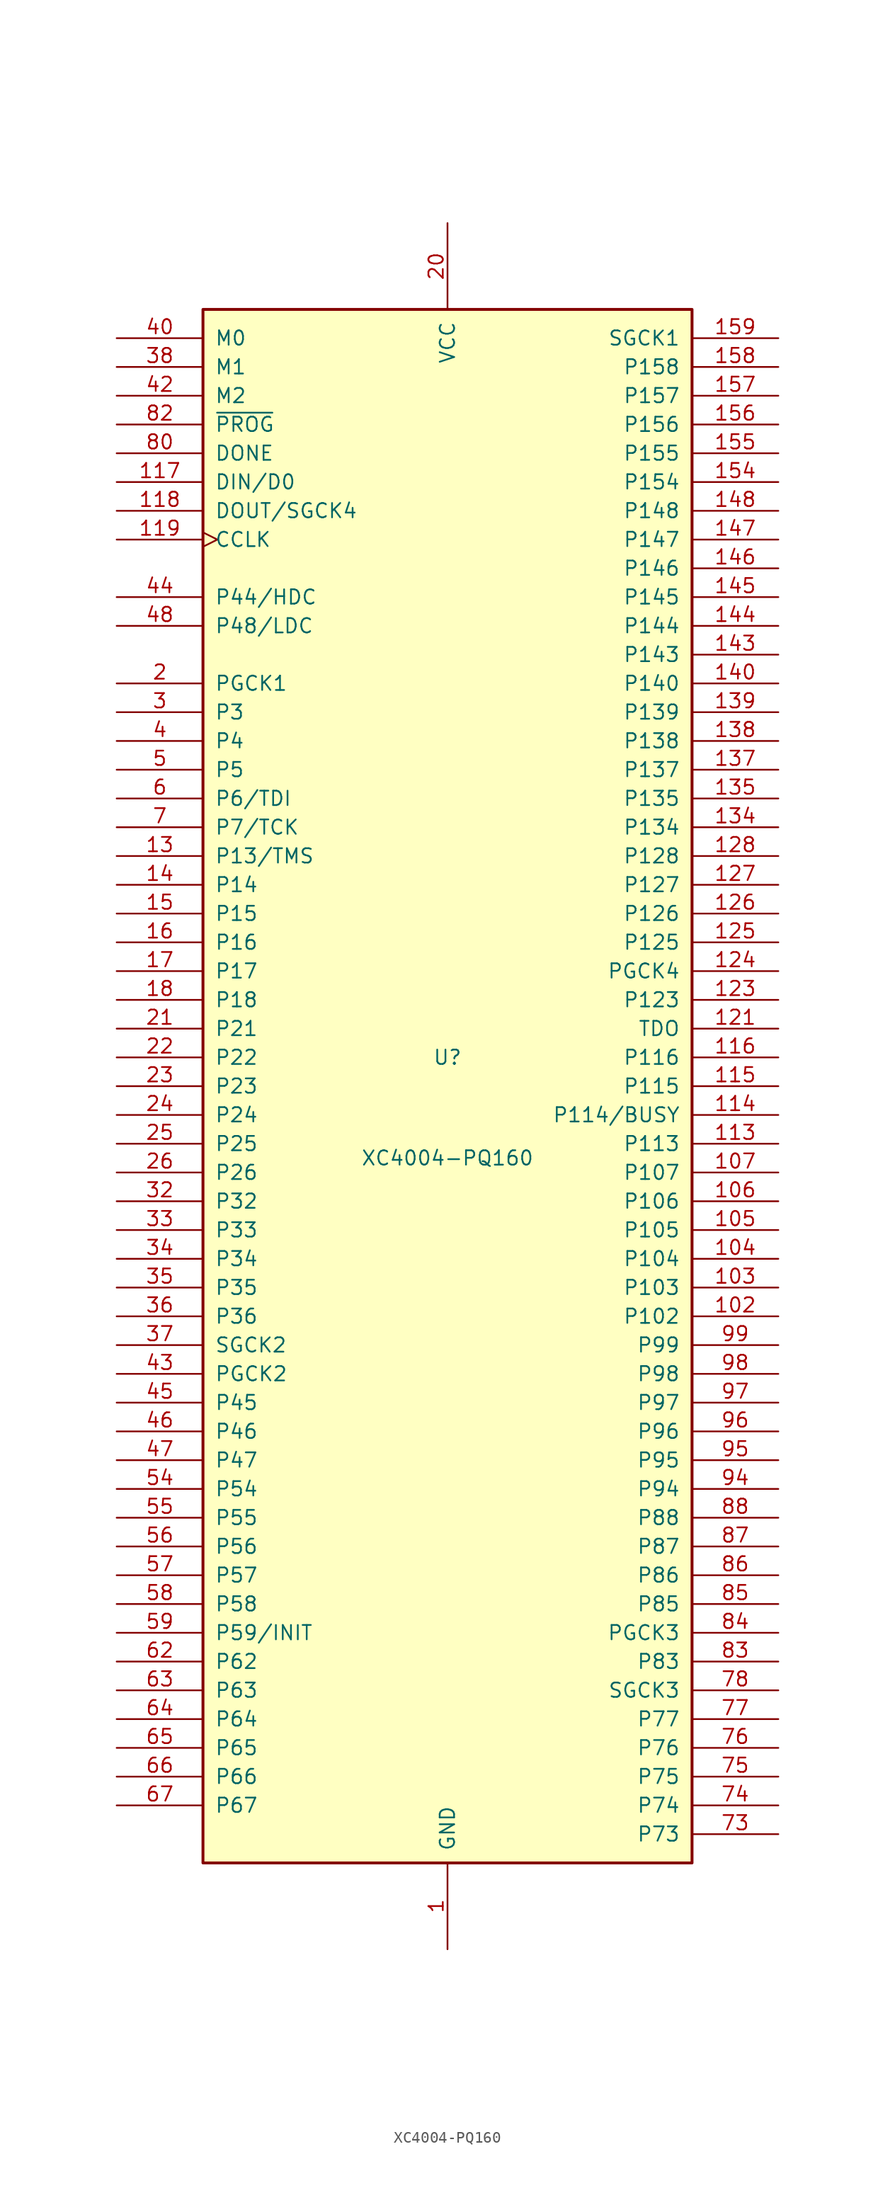
<source format=kicad_sym>
(kicad_symbol_lib
  (version 20241209)
  (generator "kicad_symbol_editor")
  (generator_version "9.0")
  (symbol "XC4004-PQ160"
    (pin_names
      (offset 1.016))
    (property "Reference" "U"
      (at 0 2.54 0)
      (effects (font (size 1.27 1.27))))
    (property "Value" "XC4004-PQ160"
      (at 0 -6.35 0)
      (effects (font (size 1.27 1.27))))
    (symbol "XC4004-PQ160_0_1"
      (rectangle (start -21.59 -68.58) (end 21.59 68.58) (stroke (width 0.254) (type default)) (fill (type background))))
    (symbol "XC4004-PQ160_1_1"
      (pin input line (at -29.21 66.04 0) (length 7.62) (name "M0" (effects (font (size 1.27 1.27)))) (number "40" (effects (font (size 1.27 1.27)))))
      (pin input line (at -29.21 63.5 0) (length 7.62) (name "M1" (effects (font (size 1.27 1.27)))) (number "38" (effects (font (size 1.27 1.27)))))
      (pin input line (at -29.21 60.96 0) (length 7.62) (name "M2" (effects (font (size 1.27 1.27)))) (number "42" (effects (font (size 1.27 1.27)))))
      (pin input line (at -29.21 58.42 0) (length 7.62) (name "~{PROG}" (effects (font (size 1.27 1.27)))) (number "82" (effects (font (size 1.27 1.27)))))
      (pin input line (at -29.21 55.88 0) (length 7.62) (name "DONE" (effects (font (size 1.27 1.27)))) (number "80" (effects (font (size 1.27 1.27)))))
      (pin bidirectional line (at -29.21 53.34 0) (length 7.62) (name "DIN/D0" (effects (font (size 1.27 1.27)))) (number "117" (effects (font (size 1.27 1.27)))))
      (pin bidirectional line (at -29.21 50.8 0) (length 7.62) (name "DOUT/SGCK4" (effects (font (size 1.27 1.27)))) (number "118" (effects (font (size 1.27 1.27)))))
      (pin input clock (at -29.21 48.26 0) (length 7.62) (name "CCLK" (effects (font (size 1.27 1.27)))) (number "119" (effects (font (size 1.27 1.27)))))
      (pin bidirectional line (at -29.21 43.18 0) (length 7.62) (name "P44/HDC" (effects (font (size 1.27 1.27)))) (number "44" (effects (font (size 1.27 1.27)))))
      (pin bidirectional line (at -29.21 40.64 0) (length 7.62) (name "P48/LDC" (effects (font (size 1.27 1.27)))) (number "48" (effects (font (size 1.27 1.27)))))
      (pin bidirectional line (at -29.21 35.56 0) (length 7.62) (name "PGCK1" (effects (font (size 1.27 1.27)))) (number "2" (effects (font (size 1.27 1.27)))))
      (pin bidirectional line (at -29.21 33.02 0) (length 7.62) (name "P3" (effects (font (size 1.27 1.27)))) (number "3" (effects (font (size 1.27 1.27)))))
      (pin bidirectional line (at -29.21 30.48 0) (length 7.62) (name "P4" (effects (font (size 1.27 1.27)))) (number "4" (effects (font (size 1.27 1.27)))))
      (pin bidirectional line (at -29.21 27.94 0) (length 7.62) (name "P5" (effects (font (size 1.27 1.27)))) (number "5" (effects (font (size 1.27 1.27)))))
      (pin bidirectional line (at -29.21 25.4 0) (length 7.62) (name "P6/TDI" (effects (font (size 1.27 1.27)))) (number "6" (effects (font (size 1.27 1.27)))))
      (pin bidirectional line (at -29.21 22.86 0) (length 7.62) (name "P7/TCK" (effects (font (size 1.27 1.27)))) (number "7" (effects (font (size 1.27 1.27)))))
      (pin bidirectional line (at -29.21 20.32 0) (length 7.62) (name "P13/TMS" (effects (font (size 1.27 1.27)))) (number "13" (effects (font (size 1.27 1.27)))))
      (pin bidirectional line (at -29.21 17.78 0) (length 7.62) (name "P14" (effects (font (size 1.27 1.27)))) (number "14" (effects (font (size 1.27 1.27)))))
      (pin bidirectional line (at -29.21 15.24 0) (length 7.62) (name "P15" (effects (font (size 1.27 1.27)))) (number "15" (effects (font (size 1.27 1.27)))))
      (pin bidirectional line (at -29.21 12.7 0) (length 7.62) (name "P16" (effects (font (size 1.27 1.27)))) (number "16" (effects (font (size 1.27 1.27)))))
      (pin bidirectional line (at -29.21 10.16 0) (length 7.62) (name "P17" (effects (font (size 1.27 1.27)))) (number "17" (effects (font (size 1.27 1.27)))))
      (pin bidirectional line (at -29.21 7.62 0) (length 7.62) (name "P18" (effects (font (size 1.27 1.27)))) (number "18" (effects (font (size 1.27 1.27)))))
      (pin bidirectional line (at -29.21 5.08 0) (length 7.62) (name "P21" (effects (font (size 1.27 1.27)))) (number "21" (effects (font (size 1.27 1.27)))))
      (pin bidirectional line (at -29.21 2.54 0) (length 7.62) (name "P22" (effects (font (size 1.27 1.27)))) (number "22" (effects (font (size 1.27 1.27)))))
      (pin bidirectional line (at -29.21 0 0) (length 7.62) (name "P23" (effects (font (size 1.27 1.27)))) (number "23" (effects (font (size 1.27 1.27)))))
      (pin bidirectional line (at -29.21 -2.54 0) (length 7.62) (name "P24" (effects (font (size 1.27 1.27)))) (number "24" (effects (font (size 1.27 1.27)))))
      (pin bidirectional line (at -29.21 -5.08 0) (length 7.62) (name "P25" (effects (font (size 1.27 1.27)))) (number "25" (effects (font (size 1.27 1.27)))))
      (pin bidirectional line (at -29.21 -7.62 0) (length 7.62) (name "P26" (effects (font (size 1.27 1.27)))) (number "26" (effects (font (size 1.27 1.27)))))
      (pin bidirectional line (at -29.21 -10.16 0) (length 7.62) (name "P32" (effects (font (size 1.27 1.27)))) (number "32" (effects (font (size 1.27 1.27)))))
      (pin bidirectional line (at -29.21 -12.7 0) (length 7.62) (name "P33" (effects (font (size 1.27 1.27)))) (number "33" (effects (font (size 1.27 1.27)))))
      (pin bidirectional line (at -29.21 -15.24 0) (length 7.62) (name "P34" (effects (font (size 1.27 1.27)))) (number "34" (effects (font (size 1.27 1.27)))))
      (pin bidirectional line (at -29.21 -17.78 0) (length 7.62) (name "P35" (effects (font (size 1.27 1.27)))) (number "35" (effects (font (size 1.27 1.27)))))
      (pin bidirectional line (at -29.21 -20.32 0) (length 7.62) (name "P36" (effects (font (size 1.27 1.27)))) (number "36" (effects (font (size 1.27 1.27)))))
      (pin bidirectional line (at -29.21 -22.86 0) (length 7.62) (name "SGCK2" (effects (font (size 1.27 1.27)))) (number "37" (effects (font (size 1.27 1.27)))))
      (pin bidirectional line (at -29.21 -25.4 0) (length 7.62) (name "PGCK2" (effects (font (size 1.27 1.27)))) (number "43" (effects (font (size 1.27 1.27)))))
      (pin bidirectional line (at -29.21 -27.94 0) (length 7.62) (name "P45" (effects (font (size 1.27 1.27)))) (number "45" (effects (font (size 1.27 1.27)))))
      (pin bidirectional line (at -29.21 -30.48 0) (length 7.62) (name "P46" (effects (font (size 1.27 1.27)))) (number "46" (effects (font (size 1.27 1.27)))))
      (pin bidirectional line (at -29.21 -33.02 0) (length 7.62) (name "P47" (effects (font (size 1.27 1.27)))) (number "47" (effects (font (size 1.27 1.27)))))
      (pin bidirectional line (at -29.21 -35.56 0) (length 7.62) (name "P54" (effects (font (size 1.27 1.27)))) (number "54" (effects (font (size 1.27 1.27)))))
      (pin bidirectional line (at -29.21 -38.1 0) (length 7.62) (name "P55" (effects (font (size 1.27 1.27)))) (number "55" (effects (font (size 1.27 1.27)))))
      (pin bidirectional line (at -29.21 -40.64 0) (length 7.62) (name "P56" (effects (font (size 1.27 1.27)))) (number "56" (effects (font (size 1.27 1.27)))))
      (pin bidirectional line (at -29.21 -43.18 0) (length 7.62) (name "P57" (effects (font (size 1.27 1.27)))) (number "57" (effects (font (size 1.27 1.27)))))
      (pin bidirectional line (at -29.21 -45.72 0) (length 7.62) (name "P58" (effects (font (size 1.27 1.27)))) (number "58" (effects (font (size 1.27 1.27)))))
      (pin bidirectional line (at -29.21 -48.26 0) (length 7.62) (name "P59/INIT" (effects (font (size 1.27 1.27)))) (number "59" (effects (font (size 1.27 1.27)))))
      (pin bidirectional line (at -29.21 -50.8 0) (length 7.62) (name "P62" (effects (font (size 1.27 1.27)))) (number "62" (effects (font (size 1.27 1.27)))))
      (pin bidirectional line (at -29.21 -53.34 0) (length 7.62) (name "P63" (effects (font (size 1.27 1.27)))) (number "63" (effects (font (size 1.27 1.27)))))
      (pin bidirectional line (at -29.21 -55.88 0) (length 7.62) (name "P64" (effects (font (size 1.27 1.27)))) (number "64" (effects (font (size 1.27 1.27)))))
      (pin bidirectional line (at -29.21 -58.42 0) (length 7.62) (name "P65" (effects (font (size 1.27 1.27)))) (number "65" (effects (font (size 1.27 1.27)))))
      (pin bidirectional line (at -29.21 -60.96 0) (length 7.62) (name "P66" (effects (font (size 1.27 1.27)))) (number "66" (effects (font (size 1.27 1.27)))))
      (pin bidirectional line (at -29.21 -63.5 0) (length 7.62) (name "P67" (effects (font (size 1.27 1.27)))) (number "67" (effects (font (size 1.27 1.27)))))
      (pin passive line (at 0 76.2 270) (length 7.62) (hide yes) (name "VCC" (effects (font (size 1.27 1.27)))) (number "100" (effects (font (size 1.27 1.27)))))
      (pin passive line (at 0 76.2 270) (length 7.62) (hide yes) (name "VCC" (effects (font (size 1.27 1.27)))) (number "120" (effects (font (size 1.27 1.27)))))
      (pin passive line (at 0 76.2 270) (length 7.62) (hide yes) (name "VCC" (effects (font (size 1.27 1.27)))) (number "142" (effects (font (size 1.27 1.27)))))
      (pin passive line (at 0 76.2 270) (length 7.62) (hide yes) (name "VCC" (effects (font (size 1.27 1.27)))) (number "160" (effects (font (size 1.27 1.27)))))
      (pin power_in line (at 0 76.2 270) (length 7.62) (name "VCC" (effects (font (size 1.27 1.27)))) (number "20" (effects (font (size 1.27 1.27)))))
      (pin passive line (at 0 76.2 270) (length 7.62) (hide yes) (name "VCC" (effects (font (size 1.27 1.27)))) (number "41" (effects (font (size 1.27 1.27)))))
      (pin passive line (at 0 76.2 270) (length 7.62) (hide yes) (name "VCC" (effects (font (size 1.27 1.27)))) (number "60" (effects (font (size 1.27 1.27)))))
      (pin passive line (at 0 76.2 270) (length 7.62) (hide yes) (name "VCC" (effects (font (size 1.27 1.27)))) (number "81" (effects (font (size 1.27 1.27)))))
      (pin power_in line (at 0 -76.2 90) (length 7.62) (name "GND" (effects (font (size 1.27 1.27)))) (number "1" (effects (font (size 1.27 1.27)))))
      (pin passive line (at 0 -76.2 90) (length 7.62) (hide yes) (name "GND" (effects (font (size 1.27 1.27)))) (number "10" (effects (font (size 1.27 1.27)))))
      (pin passive line (at 0 -76.2 90) (length 7.62) (hide yes) (name "GND" (effects (font (size 1.27 1.27)))) (number "101" (effects (font (size 1.27 1.27)))))
      (pin passive line (at 0 -76.2 90) (length 7.62) (hide yes) (name "GND" (effects (font (size 1.27 1.27)))) (number "110" (effects (font (size 1.27 1.27)))))
      (pin passive line (at 0 -76.2 90) (length 7.62) (hide yes) (name "GND" (effects (font (size 1.27 1.27)))) (number "122" (effects (font (size 1.27 1.27)))))
      (pin passive line (at 0 -76.2 90) (length 7.62) (hide yes) (name "GND" (effects (font (size 1.27 1.27)))) (number "131" (effects (font (size 1.27 1.27)))))
      (pin passive line (at 0 -76.2 90) (length 7.62) (hide yes) (name "GND" (effects (font (size 1.27 1.27)))) (number "141" (effects (font (size 1.27 1.27)))))
      (pin passive line (at 0 -76.2 90) (length 7.62) (hide yes) (name "GND" (effects (font (size 1.27 1.27)))) (number "151" (effects (font (size 1.27 1.27)))))
      (pin passive line (at 0 -76.2 90) (length 7.62) (hide yes) (name "GND" (effects (font (size 1.27 1.27)))) (number "19" (effects (font (size 1.27 1.27)))))
      (pin passive line (at 0 -76.2 90) (length 7.62) (hide yes) (name "GND" (effects (font (size 1.27 1.27)))) (number "29" (effects (font (size 1.27 1.27)))))
      (pin passive line (at 0 -76.2 90) (length 7.62) (hide yes) (name "GND" (effects (font (size 1.27 1.27)))) (number "39" (effects (font (size 1.27 1.27)))))
      (pin passive line (at 0 -76.2 90) (length 7.62) (hide yes) (name "GND" (effects (font (size 1.27 1.27)))) (number "51" (effects (font (size 1.27 1.27)))))
      (pin passive line (at 0 -76.2 90) (length 7.62) (hide yes) (name "GND" (effects (font (size 1.27 1.27)))) (number "61" (effects (font (size 1.27 1.27)))))
      (pin passive line (at 0 -76.2 90) (length 7.62) (hide yes) (name "GND" (effects (font (size 1.27 1.27)))) (number "70" (effects (font (size 1.27 1.27)))))
      (pin passive line (at 0 -76.2 90) (length 7.62) (hide yes) (name "GND" (effects (font (size 1.27 1.27)))) (number "79" (effects (font (size 1.27 1.27)))))
      (pin passive line (at 0 -76.2 90) (length 7.62) (hide yes) (name "GND" (effects (font (size 1.27 1.27)))) (number "91" (effects (font (size 1.27 1.27)))))
      (pin bidirectional line (at 29.21 66.04 180) (length 7.62) (name "SGCK1" (effects (font (size 1.27 1.27)))) (number "159" (effects (font (size 1.27 1.27)))))
      (pin bidirectional line (at 29.21 63.5 180) (length 7.62) (name "P158" (effects (font (size 1.27 1.27)))) (number "158" (effects (font (size 1.27 1.27)))))
      (pin bidirectional line (at 29.21 60.96 180) (length 7.62) (name "P157" (effects (font (size 1.27 1.27)))) (number "157" (effects (font (size 1.27 1.27)))))
      (pin bidirectional line (at 29.21 58.42 180) (length 7.62) (name "P156" (effects (font (size 1.27 1.27)))) (number "156" (effects (font (size 1.27 1.27)))))
      (pin bidirectional line (at 29.21 55.88 180) (length 7.62) (name "P155" (effects (font (size 1.27 1.27)))) (number "155" (effects (font (size 1.27 1.27)))))
      (pin bidirectional line (at 29.21 53.34 180) (length 7.62) (name "P154" (effects (font (size 1.27 1.27)))) (number "154" (effects (font (size 1.27 1.27)))))
      (pin bidirectional line (at 29.21 50.8 180) (length 7.62) (name "P148" (effects (font (size 1.27 1.27)))) (number "148" (effects (font (size 1.27 1.27)))))
      (pin bidirectional line (at 29.21 48.26 180) (length 7.62) (name "P147" (effects (font (size 1.27 1.27)))) (number "147" (effects (font (size 1.27 1.27)))))
      (pin bidirectional line (at 29.21 45.72 180) (length 7.62) (name "P146" (effects (font (size 1.27 1.27)))) (number "146" (effects (font (size 1.27 1.27)))))
      (pin bidirectional line (at 29.21 43.18 180) (length 7.62) (name "P145" (effects (font (size 1.27 1.27)))) (number "145" (effects (font (size 1.27 1.27)))))
      (pin bidirectional line (at 29.21 40.64 180) (length 7.62) (name "P144" (effects (font (size 1.27 1.27)))) (number "144" (effects (font (size 1.27 1.27)))))
      (pin bidirectional line (at 29.21 38.1 180) (length 7.62) (name "P143" (effects (font (size 1.27 1.27)))) (number "143" (effects (font (size 1.27 1.27)))))
      (pin bidirectional line (at 29.21 35.56 180) (length 7.62) (name "P140" (effects (font (size 1.27 1.27)))) (number "140" (effects (font (size 1.27 1.27)))))
      (pin bidirectional line (at 29.21 33.02 180) (length 7.62) (name "P139" (effects (font (size 1.27 1.27)))) (number "139" (effects (font (size 1.27 1.27)))))
      (pin bidirectional line (at 29.21 30.48 180) (length 7.62) (name "P138" (effects (font (size 1.27 1.27)))) (number "138" (effects (font (size 1.27 1.27)))))
      (pin bidirectional line (at 29.21 27.94 180) (length 7.62) (name "P137" (effects (font (size 1.27 1.27)))) (number "137" (effects (font (size 1.27 1.27)))))
      (pin bidirectional line (at 29.21 25.4 180) (length 7.62) (name "P135" (effects (font (size 1.27 1.27)))) (number "135" (effects (font (size 1.27 1.27)))))
      (pin bidirectional line (at 29.21 22.86 180) (length 7.62) (name "P134" (effects (font (size 1.27 1.27)))) (number "134" (effects (font (size 1.27 1.27)))))
      (pin bidirectional line (at 29.21 20.32 180) (length 7.62) (name "P128" (effects (font (size 1.27 1.27)))) (number "128" (effects (font (size 1.27 1.27)))))
      (pin bidirectional line (at 29.21 17.78 180) (length 7.62) (name "P127" (effects (font (size 1.27 1.27)))) (number "127" (effects (font (size 1.27 1.27)))))
      (pin bidirectional line (at 29.21 15.24 180) (length 7.62) (name "P126" (effects (font (size 1.27 1.27)))) (number "126" (effects (font (size 1.27 1.27)))))
      (pin bidirectional line (at 29.21 12.7 180) (length 7.62) (name "P125" (effects (font (size 1.27 1.27)))) (number "125" (effects (font (size 1.27 1.27)))))
      (pin bidirectional line (at 29.21 10.16 180) (length 7.62) (name "PGCK4" (effects (font (size 1.27 1.27)))) (number "124" (effects (font (size 1.27 1.27)))))
      (pin bidirectional line (at 29.21 7.62 180) (length 7.62) (name "P123" (effects (font (size 1.27 1.27)))) (number "123" (effects (font (size 1.27 1.27)))))
      (pin output line (at 29.21 5.08 180) (length 7.62) (name "TDO" (effects (font (size 1.27 1.27)))) (number "121" (effects (font (size 1.27 1.27)))))
      (pin bidirectional line (at 29.21 2.54 180) (length 7.62) (name "P116" (effects (font (size 1.27 1.27)))) (number "116" (effects (font (size 1.27 1.27)))))
      (pin bidirectional line (at 29.21 0 180) (length 7.62) (name "P115" (effects (font (size 1.27 1.27)))) (number "115" (effects (font (size 1.27 1.27)))))
      (pin bidirectional line (at 29.21 -2.54 180) (length 7.62) (name "P114/BUSY" (effects (font (size 1.27 1.27)))) (number "114" (effects (font (size 1.27 1.27)))))
      (pin bidirectional line (at 29.21 -5.08 180) (length 7.62) (name "P113" (effects (font (size 1.27 1.27)))) (number "113" (effects (font (size 1.27 1.27)))))
      (pin bidirectional line (at 29.21 -7.62 180) (length 7.62) (name "P107" (effects (font (size 1.27 1.27)))) (number "107" (effects (font (size 1.27 1.27)))))
      (pin bidirectional line (at 29.21 -10.16 180) (length 7.62) (name "P106" (effects (font (size 1.27 1.27)))) (number "106" (effects (font (size 1.27 1.27)))))
      (pin bidirectional line (at 29.21 -12.7 180) (length 7.62) (name "P105" (effects (font (size 1.27 1.27)))) (number "105" (effects (font (size 1.27 1.27)))))
      (pin bidirectional line (at 29.21 -15.24 180) (length 7.62) (name "P104" (effects (font (size 1.27 1.27)))) (number "104" (effects (font (size 1.27 1.27)))))
      (pin bidirectional line (at 29.21 -17.78 180) (length 7.62) (name "P103" (effects (font (size 1.27 1.27)))) (number "103" (effects (font (size 1.27 1.27)))))
      (pin bidirectional line (at 29.21 -20.32 180) (length 7.62) (name "P102" (effects (font (size 1.27 1.27)))) (number "102" (effects (font (size 1.27 1.27)))))
      (pin bidirectional line (at 29.21 -22.86 180) (length 7.62) (name "P99" (effects (font (size 1.27 1.27)))) (number "99" (effects (font (size 1.27 1.27)))))
      (pin bidirectional line (at 29.21 -25.4 180) (length 7.62) (name "P98" (effects (font (size 1.27 1.27)))) (number "98" (effects (font (size 1.27 1.27)))))
      (pin bidirectional line (at 29.21 -27.94 180) (length 7.62) (name "P97" (effects (font (size 1.27 1.27)))) (number "97" (effects (font (size 1.27 1.27)))))
      (pin bidirectional line (at 29.21 -30.48 180) (length 7.62) (name "P96" (effects (font (size 1.27 1.27)))) (number "96" (effects (font (size 1.27 1.27)))))
      (pin bidirectional line (at 29.21 -33.02 180) (length 7.62) (name "P95" (effects (font (size 1.27 1.27)))) (number "95" (effects (font (size 1.27 1.27)))))
      (pin bidirectional line (at 29.21 -35.56 180) (length 7.62) (name "P94" (effects (font (size 1.27 1.27)))) (number "94" (effects (font (size 1.27 1.27)))))
      (pin bidirectional line (at 29.21 -38.1 180) (length 7.62) (name "P88" (effects (font (size 1.27 1.27)))) (number "88" (effects (font (size 1.27 1.27)))))
      (pin bidirectional line (at 29.21 -40.64 180) (length 7.62) (name "P87" (effects (font (size 1.27 1.27)))) (number "87" (effects (font (size 1.27 1.27)))))
      (pin bidirectional line (at 29.21 -43.18 180) (length 7.62) (name "P86" (effects (font (size 1.27 1.27)))) (number "86" (effects (font (size 1.27 1.27)))))
      (pin bidirectional line (at 29.21 -45.72 180) (length 7.62) (name "P85" (effects (font (size 1.27 1.27)))) (number "85" (effects (font (size 1.27 1.27)))))
      (pin bidirectional line (at 29.21 -48.26 180) (length 7.62) (name "PGCK3" (effects (font (size 1.27 1.27)))) (number "84" (effects (font (size 1.27 1.27)))))
      (pin bidirectional line (at 29.21 -50.8 180) (length 7.62) (name "P83" (effects (font (size 1.27 1.27)))) (number "83" (effects (font (size 1.27 1.27)))))
      (pin bidirectional line (at 29.21 -53.34 180) (length 7.62) (name "SGCK3" (effects (font (size 1.27 1.27)))) (number "78" (effects (font (size 1.27 1.27)))))
      (pin bidirectional line (at 29.21 -55.88 180) (length 7.62) (name "P77" (effects (font (size 1.27 1.27)))) (number "77" (effects (font (size 1.27 1.27)))))
      (pin bidirectional line (at 29.21 -58.42 180) (length 7.62) (name "P76" (effects (font (size 1.27 1.27)))) (number "76" (effects (font (size 1.27 1.27)))))
      (pin bidirectional line (at 29.21 -60.96 180) (length 7.62) (name "P75" (effects (font (size 1.27 1.27)))) (number "75" (effects (font (size 1.27 1.27)))))
      (pin bidirectional line (at 29.21 -63.5 180) (length 7.62) (name "P74" (effects (font (size 1.27 1.27)))) (number "74" (effects (font (size 1.27 1.27)))))
      (pin bidirectional line (at 29.21 -66.04 180) (length 7.62) (name "P73" (effects (font (size 1.27 1.27)))) (number "73" (effects (font (size 1.27 1.27))))))))
</source>
